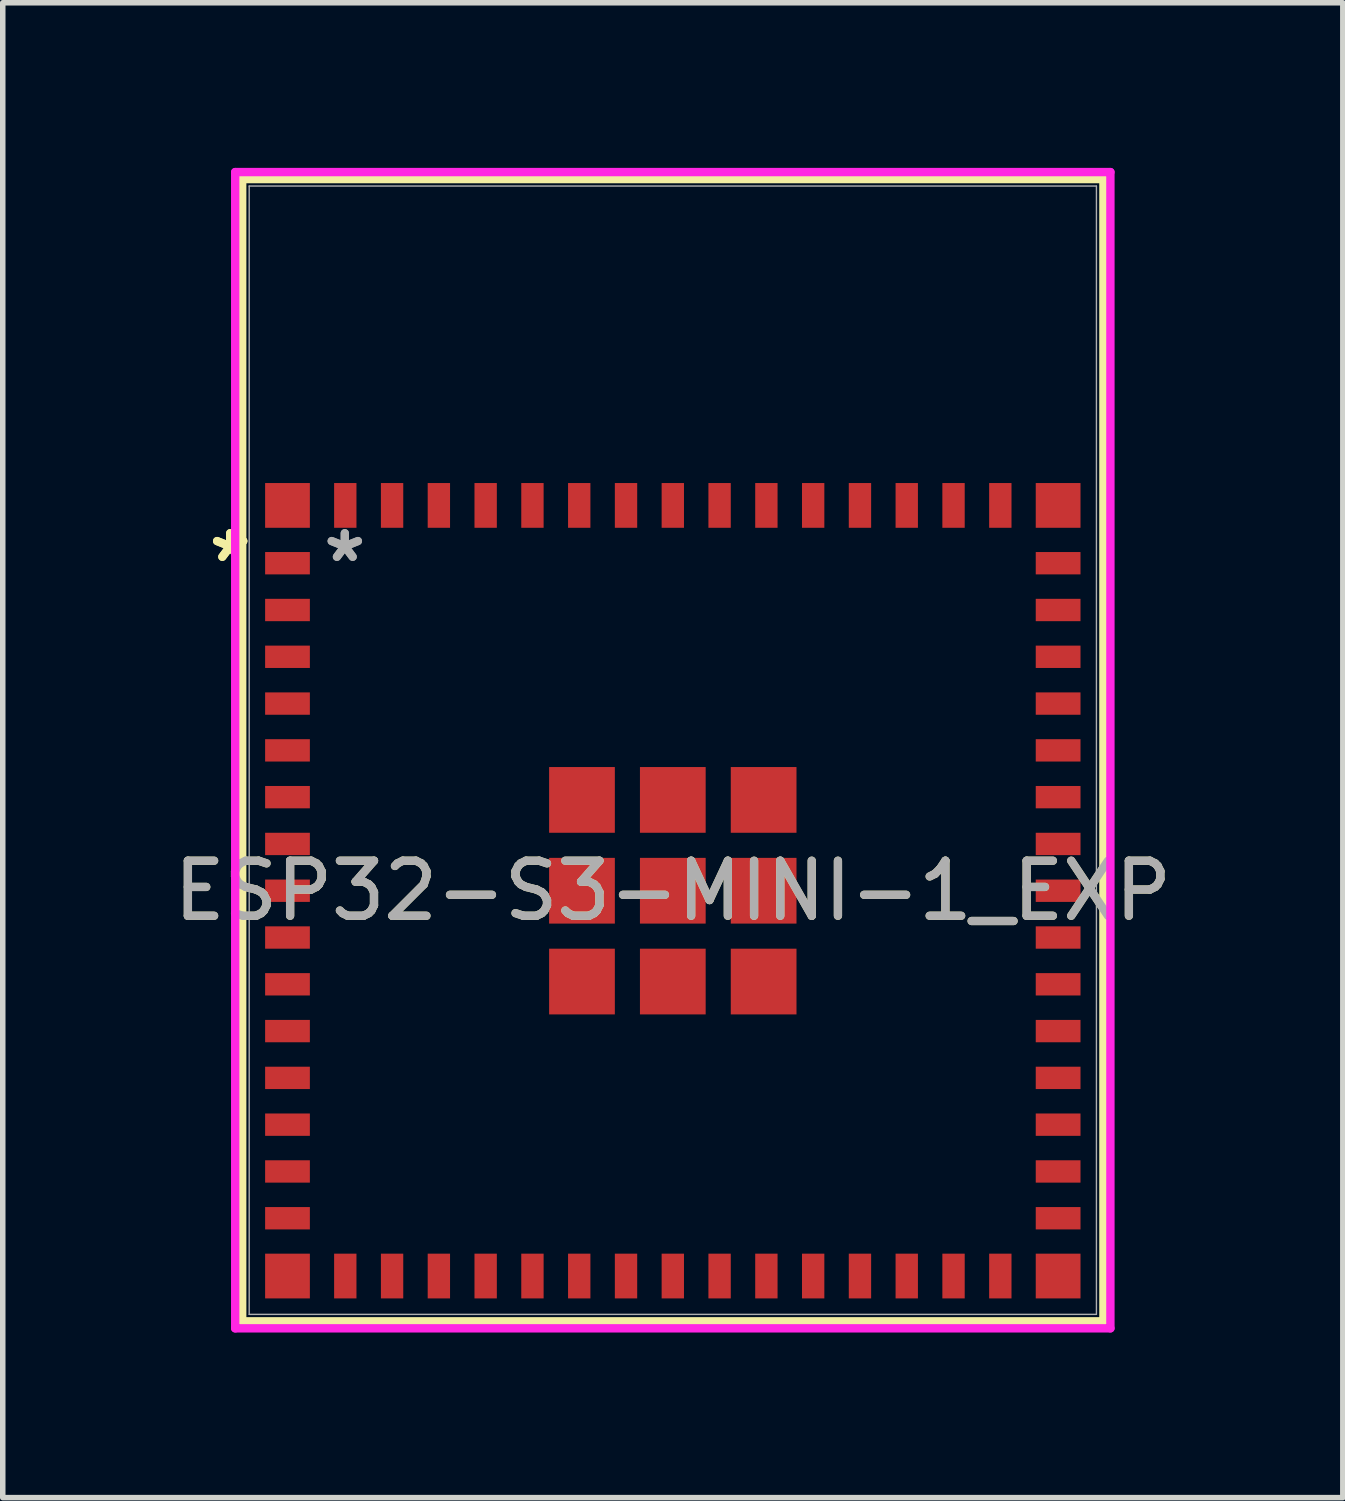
<source format=kicad_pcb>
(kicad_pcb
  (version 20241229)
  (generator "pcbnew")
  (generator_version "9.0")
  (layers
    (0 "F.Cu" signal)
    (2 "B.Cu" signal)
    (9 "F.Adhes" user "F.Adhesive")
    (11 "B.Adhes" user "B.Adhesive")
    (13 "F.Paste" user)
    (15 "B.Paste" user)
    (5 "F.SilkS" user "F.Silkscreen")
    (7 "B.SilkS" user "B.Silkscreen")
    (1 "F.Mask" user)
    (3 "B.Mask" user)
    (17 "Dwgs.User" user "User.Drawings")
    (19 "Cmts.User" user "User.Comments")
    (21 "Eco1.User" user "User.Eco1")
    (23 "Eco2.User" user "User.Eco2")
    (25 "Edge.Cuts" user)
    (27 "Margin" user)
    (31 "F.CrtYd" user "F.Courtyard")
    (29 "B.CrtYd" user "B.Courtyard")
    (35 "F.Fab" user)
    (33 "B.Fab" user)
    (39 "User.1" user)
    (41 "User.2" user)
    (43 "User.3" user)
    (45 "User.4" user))
  (footprint "ESP32-S3-MINI-1_EXP"
    (layer "F.Cu")
    (at 9.173 10.579)
    (property "Reference" "ESP32-S3-MINI-1_EXP" (at 0 2.553 0) (unlocked yes) (layer "F.SilkS") (effects (font (size 1 1) (thickness 0.15))))
    (attr smd)
    (fp_line (start -7.823 -10.376) (end -7.823 10.376) (stroke (width 0.152) (type solid)) (layer "F.SilkS"))
    (fp_line (start -7.823 10.376) (end 7.823 10.376) (stroke (width 0.152) (type solid)) (layer "F.SilkS"))
    (fp_line (start 7.823 -10.376) (end -7.823 -10.376) (stroke (width 0.152) (type solid)) (layer "F.SilkS"))
    (fp_line (start 7.823 10.376) (end 7.823 -10.376) (stroke (width 0.152) (type solid)) (layer "F.SilkS"))
    (fp_poly (pts (xy -7.696 -10.249) (xy -7.696 -5.194) (xy 7.696 -5.194) (xy 7.696 -10.249)) (stroke (width 0.1) (type solid)) (fill no) (layer "Eco2.User"))
    (fp_line (start -7.95 -10.503) (end -7.95 10.503) (stroke (width 0.152) (type solid)) (layer "F.CrtYd"))
    (fp_line (start -7.95 10.503) (end 7.95 10.503) (stroke (width 0.152) (type solid)) (layer "F.CrtYd"))
    (fp_line (start 7.95 -10.503) (end -7.95 -10.503) (stroke (width 0.152) (type solid)) (layer "F.CrtYd"))
    (fp_line (start 7.95 10.503) (end 7.95 -10.503) (stroke (width 0.152) (type solid)) (layer "F.CrtYd"))
    (fp_line (start -7.696 -10.249) (end -7.696 10.249) (stroke (width 0.025) (type solid)) (layer "F.Fab"))
    (fp_line (start -7.696 10.249) (end 7.696 10.249) (stroke (width 0.025) (type solid)) (layer "F.Fab"))
    (fp_line (start 7.696 -10.249) (end -7.696 -10.249) (stroke (width 0.025) (type solid)) (layer "F.Fab"))
    (fp_line (start 7.696 10.249) (end 7.696 -10.249) (stroke (width 0.025) (type solid)) (layer "F.Fab"))
    (fp_text user "*" (at -8.041 -3.397 0) (unlocked yes) (layer "F.SilkS") (effects (font (size 1 1) (thickness 0.15))))
    (fp_text user "*" (at -8.041 -3.397 0) (layer "F.SilkS") (effects (font (size 1 1) (thickness 0.15))))
    (fp_text user "*" (at -5.959 -3.397 0) (unlocked yes) (layer "F.Fab") (effects (font (size 1 1) (thickness 0.15))))
    (fp_text user "${REFERENCE}" (at 0 2.553 0) (unlocked yes) (layer "F.Fab") (effects (font (size 1 1) (thickness 0.15))))
    (fp_text user "*" (at -5.959 -3.397 0) (layer "F.Fab") (effects (font (size 1 1) (thickness 0.15))))
    (pad "1" smd rect (at -7 -3.397) (size 0.813 0.406) (layers "F.Cu" "F.Mask" "F.Paste"))
    (pad "2" smd rect (at -7 -2.547) (size 0.813 0.406) (layers "F.Cu" "F.Mask" "F.Paste"))
    (pad "3" smd rect (at -7 -1.697) (size 0.813 0.406) (layers "F.Cu" "F.Mask" "F.Paste"))
    (pad "4" smd rect (at -7 -0.847) (size 0.813 0.406) (layers "F.Cu" "F.Mask" "F.Paste"))
    (pad "5" smd rect (at -7 0.003) (size 0.813 0.406) (layers "F.Cu" "F.Mask" "F.Paste"))
    (pad "6" smd rect (at -7 0.853) (size 0.813 0.406) (layers "F.Cu" "F.Mask" "F.Paste"))
    (pad "7" smd rect (at -7 1.703) (size 0.813 0.406) (layers "F.Cu" "F.Mask" "F.Paste"))
    (pad "8" smd rect (at -7 2.553) (size 0.813 0.406) (layers "F.Cu" "F.Mask" "F.Paste"))
    (pad "9" smd rect (at -7 3.403) (size 0.813 0.406) (layers "F.Cu" "F.Mask" "F.Paste"))
    (pad "10" smd rect (at -7 4.253) (size 0.813 0.406) (layers "F.Cu" "F.Mask" "F.Paste"))
    (pad "11" smd rect (at -7 5.103) (size 0.813 0.406) (layers "F.Cu" "F.Mask" "F.Paste"))
    (pad "12" smd rect (at -7 5.953) (size 0.813 0.406) (layers "F.Cu" "F.Mask" "F.Paste"))
    (pad "13" smd rect (at -7 6.803) (size 0.813 0.406) (layers "F.Cu" "F.Mask" "F.Paste"))
    (pad "14" smd rect (at -7 7.653) (size 0.813 0.406) (layers "F.Cu" "F.Mask" "F.Paste"))
    (pad "15" smd rect (at -7 8.503) (size 0.813 0.406) (layers "F.Cu" "F.Mask" "F.Paste"))
    (pad "16" smd rect (at -5.95 9.553 90) (size 0.813 0.406) (layers "F.Cu" "F.Mask" "F.Paste"))
    (pad "17" smd rect (at -5.1 9.553 90) (size 0.813 0.406) (layers "F.Cu" "F.Mask" "F.Paste"))
    (pad "18" smd rect (at -4.25 9.553 90) (size 0.813 0.406) (layers "F.Cu" "F.Mask" "F.Paste"))
    (pad "19" smd rect (at -3.4 9.553 90) (size 0.813 0.406) (layers "F.Cu" "F.Mask" "F.Paste"))
    (pad "20" smd rect (at -2.55 9.553 90) (size 0.813 0.406) (layers "F.Cu" "F.Mask" "F.Paste"))
    (pad "21" smd rect (at -1.7 9.553 90) (size 0.813 0.406) (layers "F.Cu" "F.Mask" "F.Paste"))
    (pad "22" smd rect (at -0.85 9.553 90) (size 0.813 0.406) (layers "F.Cu" "F.Mask" "F.Paste"))
    (pad "23" smd rect (at 0 9.553 90) (size 0.813 0.406) (layers "F.Cu" "F.Mask" "F.Paste"))
    (pad "24" smd rect (at 0.85 9.553 90) (size 0.813 0.406) (layers "F.Cu" "F.Mask" "F.Paste"))
    (pad "25" smd rect (at 1.7 9.553 90) (size 0.813 0.406) (layers "F.Cu" "F.Mask" "F.Paste"))
    (pad "26" smd rect (at 2.55 9.553 90) (size 0.813 0.406) (layers "F.Cu" "F.Mask" "F.Paste"))
    (pad "27" smd rect (at 3.4 9.553 90) (size 0.813 0.406) (layers "F.Cu" "F.Mask" "F.Paste"))
    (pad "28" smd rect (at 4.25 9.553 90) (size 0.813 0.406) (layers "F.Cu" "F.Mask" "F.Paste"))
    (pad "29" smd rect (at 5.1 9.553 90) (size 0.813 0.406) (layers "F.Cu" "F.Mask" "F.Paste"))
    (pad "30" smd rect (at 5.95 9.553 90) (size 0.813 0.406) (layers "F.Cu" "F.Mask" "F.Paste"))
    (pad "31" smd rect (at 7 8.503) (size 0.813 0.406) (layers "F.Cu" "F.Mask" "F.Paste"))
    (pad "32" smd rect (at 7 7.653) (size 0.813 0.406) (layers "F.Cu" "F.Mask" "F.Paste"))
    (pad "33" smd rect (at 7 6.803) (size 0.813 0.406) (layers "F.Cu" "F.Mask" "F.Paste"))
    (pad "34" smd rect (at 7 5.953) (size 0.813 0.406) (layers "F.Cu" "F.Mask" "F.Paste"))
    (pad "35" smd rect (at 7 5.103) (size 0.813 0.406) (layers "F.Cu" "F.Mask" "F.Paste"))
    (pad "36" smd rect (at 7 4.253) (size 0.813 0.406) (layers "F.Cu" "F.Mask" "F.Paste"))
    (pad "37" smd rect (at 7 3.403) (size 0.813 0.406) (layers "F.Cu" "F.Mask" "F.Paste"))
    (pad "38" smd rect (at 7 2.553) (size 0.813 0.406) (layers "F.Cu" "F.Mask" "F.Paste"))
    (pad "39" smd rect (at 7 1.703) (size 0.813 0.406) (layers "F.Cu" "F.Mask" "F.Paste"))
    (pad "40" smd rect (at 7 0.853) (size 0.813 0.406) (layers "F.Cu" "F.Mask" "F.Paste"))
    (pad "41" smd rect (at 7 0.003) (size 0.813 0.406) (layers "F.Cu" "F.Mask" "F.Paste"))
    (pad "42" smd rect (at 7 -0.847) (size 0.813 0.406) (layers "F.Cu" "F.Mask" "F.Paste"))
    (pad "43" smd rect (at 7 -1.697) (size 0.813 0.406) (layers "F.Cu" "F.Mask" "F.Paste"))
    (pad "44" smd rect (at 7 -2.547) (size 0.813 0.406) (layers "F.Cu" "F.Mask" "F.Paste"))
    (pad "45" smd rect (at 7 -3.397) (size 0.813 0.406) (layers "F.Cu" "F.Mask" "F.Paste"))
    (pad "46" smd rect (at 5.95 -4.447 90) (size 0.813 0.406) (layers "F.Cu" "F.Mask" "F.Paste"))
    (pad "47" smd rect (at 5.1 -4.447 90) (size 0.813 0.406) (layers "F.Cu" "F.Mask" "F.Paste"))
    (pad "48" smd rect (at 4.25 -4.447 90) (size 0.813 0.406) (layers "F.Cu" "F.Mask" "F.Paste"))
    (pad "49" smd rect (at 3.4 -4.447 90) (size 0.813 0.406) (layers "F.Cu" "F.Mask" "F.Paste"))
    (pad "50" smd rect (at 2.55 -4.447 90) (size 0.813 0.406) (layers "F.Cu" "F.Mask" "F.Paste"))
    (pad "51" smd rect (at 1.7 -4.447 90) (size 0.813 0.406) (layers "F.Cu" "F.Mask" "F.Paste"))
    (pad "52" smd rect (at 0.85 -4.447 90) (size 0.813 0.406) (layers "F.Cu" "F.Mask" "F.Paste"))
    (pad "53" smd rect (at 0 -4.447 90) (size 0.813 0.406) (layers "F.Cu" "F.Mask" "F.Paste"))
    (pad "54" smd rect (at -0.85 -4.447 90) (size 0.813 0.406) (layers "F.Cu" "F.Mask" "F.Paste"))
    (pad "55" smd rect (at -1.7 -4.447 90) (size 0.813 0.406) (layers "F.Cu" "F.Mask" "F.Paste"))
    (pad "56" smd rect (at -2.55 -4.447 90) (size 0.813 0.406) (layers "F.Cu" "F.Mask" "F.Paste"))
    (pad "57" smd rect (at -3.4 -4.447 90) (size 0.813 0.406) (layers "F.Cu" "F.Mask" "F.Paste"))
    (pad "58" smd rect (at -4.25 -4.447 90) (size 0.813 0.406) (layers "F.Cu" "F.Mask" "F.Paste"))
    (pad "59" smd rect (at -5.1 -4.447 90) (size 0.813 0.406) (layers "F.Cu" "F.Mask" "F.Paste"))
    (pad "60" smd rect (at -5.95 -4.447 90) (size 0.813 0.406) (layers "F.Cu" "F.Mask" "F.Paste"))
    (pad "61" smd rect (at 0 2.553) (size 1.194 1.194) (layers "F.Cu" "F.Mask" "F.Paste"))
    (pad "62" smd rect (at -7 -4.447) (size 0.813 0.813) (layers "F.Cu" "F.Mask" "F.Paste"))
    (pad "63" smd rect (at -7 9.553) (size 0.813 0.813) (layers "F.Cu" "F.Mask" "F.Paste"))
    (pad "64" smd rect (at 7 9.553) (size 0.813 0.813) (layers "F.Cu" "F.Mask" "F.Paste"))
    (pad "65" smd rect (at 7 -4.447) (size 0.813 0.813) (layers "F.Cu" "F.Mask" "F.Paste"))
    (pad "66" smd rect (at -1.65 0.903) (size 1.194 1.194) (layers "F.Cu" "F.Mask" "F.Paste"))
    (pad "67" smd rect (at -1.65 2.553) (size 1.194 1.194) (layers "F.Cu" "F.Mask" "F.Paste"))
    (pad "68" smd rect (at -1.65 4.203) (size 1.194 1.194) (layers "F.Cu" "F.Mask" "F.Paste"))
    (pad "69" smd rect (at 0 4.203) (size 1.194 1.194) (layers "F.Cu" "F.Mask" "F.Paste"))
    (pad "70" smd rect (at 1.65 4.203) (size 1.194 1.194) (layers "F.Cu" "F.Mask" "F.Paste"))
    (pad "71" smd rect (at 1.65 2.553) (size 1.194 1.194) (layers "F.Cu" "F.Mask" "F.Paste"))
    (pad "72" smd rect (at 1.65 0.903) (size 1.194 1.194) (layers "F.Cu" "F.Mask" "F.Paste"))
    (pad "73" smd rect (at 0 0.903) (size 1.194 1.194) (layers "F.Cu" "F.Mask" "F.Paste")))
  (gr_rect
    (start -3 -3)
    (end 21.345 24.158)
    (stroke (width 0.1) (type default))
    (fill no)
    (layer "Edge.Cuts")))
</source>
